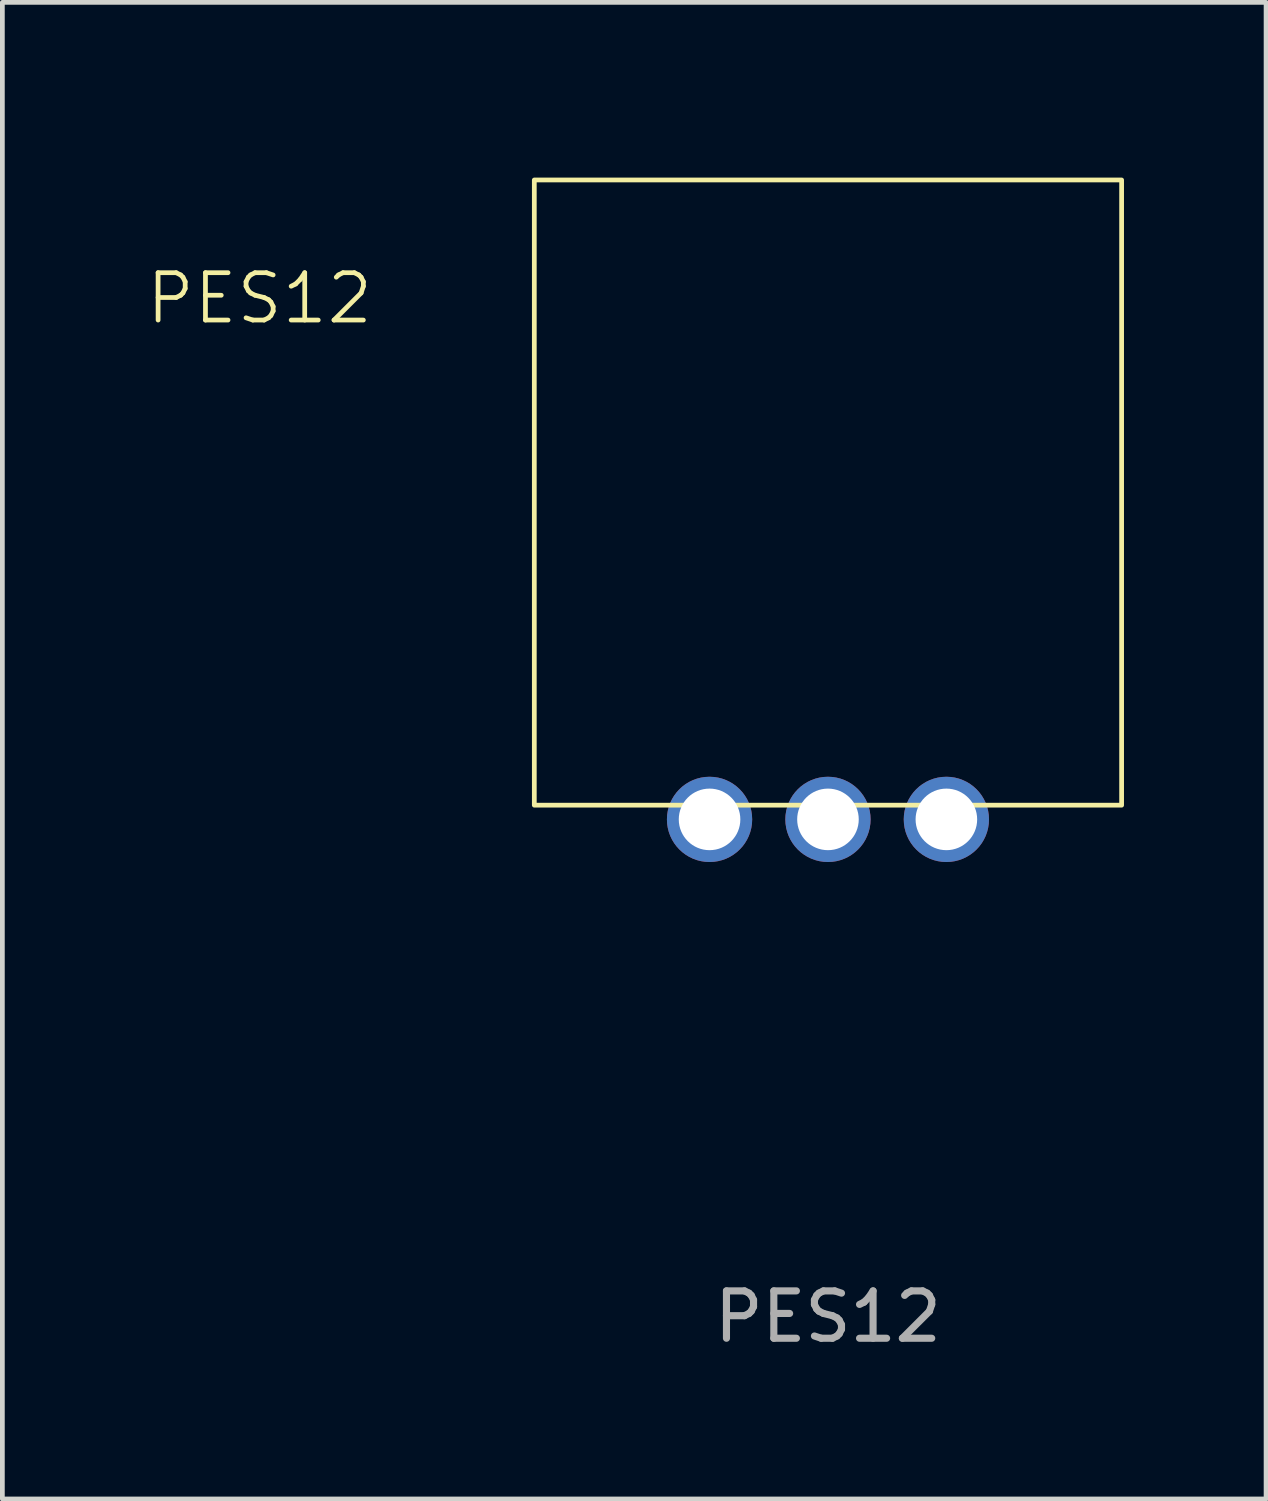
<source format=kicad_pcb>
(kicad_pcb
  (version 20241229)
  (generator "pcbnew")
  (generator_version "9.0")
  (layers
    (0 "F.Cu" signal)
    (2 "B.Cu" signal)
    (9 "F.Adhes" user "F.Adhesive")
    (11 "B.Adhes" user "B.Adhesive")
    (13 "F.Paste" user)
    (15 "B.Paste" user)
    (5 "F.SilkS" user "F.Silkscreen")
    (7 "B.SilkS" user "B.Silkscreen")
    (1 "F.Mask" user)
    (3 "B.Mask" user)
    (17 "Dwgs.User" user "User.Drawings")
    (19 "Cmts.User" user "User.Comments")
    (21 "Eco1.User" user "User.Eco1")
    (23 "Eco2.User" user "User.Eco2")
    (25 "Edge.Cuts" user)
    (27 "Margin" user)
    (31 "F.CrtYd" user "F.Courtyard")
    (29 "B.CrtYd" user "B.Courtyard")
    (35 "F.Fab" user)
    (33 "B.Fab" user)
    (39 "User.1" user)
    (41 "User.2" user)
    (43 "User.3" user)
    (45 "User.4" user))
  (footprint "PES12"
    (layer "F.Cu")
    (at 14.431 0.25)
    (property "Reference" "PES12" (at -12 3 0) (unlocked yes) (layer "F.SilkS") (effects (font (size 1 1) (thickness 0.1))))
    (attr smd)
    (fp_rect (start -6.2 0.5) (end 6.2 13.7) (stroke (width 0.1) (type solid)) (fill no) (layer "F.SilkS"))
    (fp_text user "${REFERENCE}" (at 0 24.5 0) (unlocked yes) (layer "F.Fab") (effects (font (size 1 1) (thickness 0.15))))
    (pad "A" thru_hole circle (at -2.5 14) (size 1.8 1.8) (drill 1.3) (layers "*.Cu" "*.Mask"))
    (pad "B" thru_hole circle (at 2.5 14) (size 1.8 1.8) (drill 1.3) (layers "*.Cu" "*.Mask"))
    (pad "C" thru_hole circle (at 0 14) (size 1.8 1.8) (drill 1.3) (layers "*.Cu" "*.Mask")))
  (gr_rect
    (start -3 -3)
    (end 23.681 28.598)
    (stroke (width 0.1) (type default))
    (fill no)
    (layer "Edge.Cuts")))
</source>
